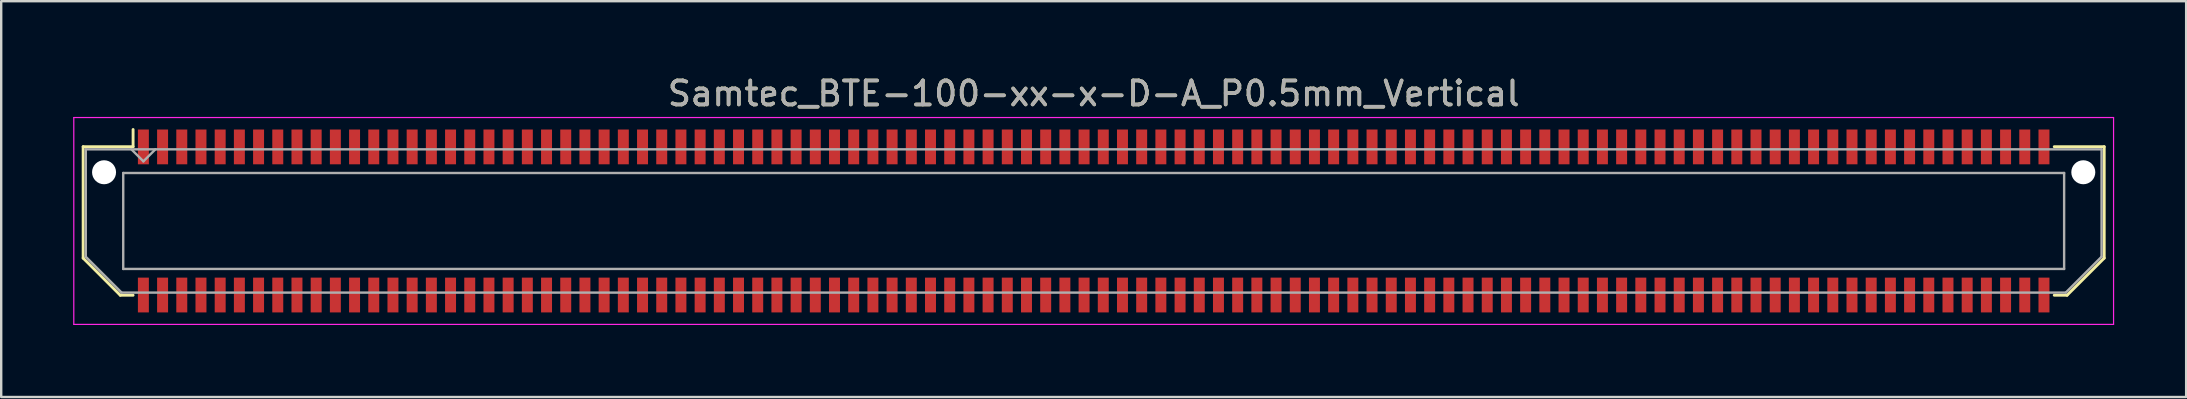
<source format=kicad_pcb>
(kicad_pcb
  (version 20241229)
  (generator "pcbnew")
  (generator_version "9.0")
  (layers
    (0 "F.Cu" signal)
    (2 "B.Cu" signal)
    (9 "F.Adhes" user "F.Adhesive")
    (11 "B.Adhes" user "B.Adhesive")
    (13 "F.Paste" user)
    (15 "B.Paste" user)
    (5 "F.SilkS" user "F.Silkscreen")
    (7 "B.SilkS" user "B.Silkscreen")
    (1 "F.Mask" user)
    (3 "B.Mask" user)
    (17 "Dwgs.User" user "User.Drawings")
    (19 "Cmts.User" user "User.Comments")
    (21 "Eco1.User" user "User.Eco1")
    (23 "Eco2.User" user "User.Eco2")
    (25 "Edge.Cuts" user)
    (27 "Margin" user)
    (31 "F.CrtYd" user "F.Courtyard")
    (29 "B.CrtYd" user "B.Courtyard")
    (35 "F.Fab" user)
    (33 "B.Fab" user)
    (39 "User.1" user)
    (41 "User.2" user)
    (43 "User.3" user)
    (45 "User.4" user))
  (footprint "Samtec_BTE-100-xx-x-D-A_P0.5mm_Vertical"
    (layer "F.Cu")
    (at 42.525 6.158)
    (property "Reference" "Samtec_BTE-100-xx-x-D-A_P0.5mm_Vertical" (at 0 -5.31 0) (layer "F.SilkS") (effects (font (size 1 1) (thickness 0.15))))
    (attr smd)
    (fp_line (start -42.11 -3.095) (end -42.11 1.548) (stroke (width 0.12) (type solid)) (layer "F.SilkS"))
    (fp_line (start -42.11 1.548) (end -40.562 3.095) (stroke (width 0.12) (type solid)) (layer "F.SilkS"))
    (fp_line (start -40.562 3.095) (end -40.029 3.095) (stroke (width 0.12) (type solid)) (layer "F.SilkS"))
    (fp_line (start -40.029 -3.811) (end -40.029 -3.095) (stroke (width 0.12) (type solid)) (layer "F.SilkS"))
    (fp_line (start -40.029 -3.095) (end -42.11 -3.095) (stroke (width 0.12) (type solid)) (layer "F.SilkS"))
    (fp_line (start 40.029 -3.095) (end 42.11 -3.095) (stroke (width 0.12) (type solid)) (layer "F.SilkS"))
    (fp_line (start 40.562 3.095) (end 40.029 3.095) (stroke (width 0.12) (type solid)) (layer "F.SilkS"))
    (fp_line (start 42.11 -3.095) (end 42.11 1.548) (stroke (width 0.12) (type solid)) (layer "F.SilkS"))
    (fp_line (start 42.11 1.548) (end 40.562 3.095) (stroke (width 0.12) (type solid)) (layer "F.SilkS"))
    (fp_line (start -42.5 -4.31) (end -42.5 4.31) (stroke (width 0.05) (type solid)) (layer "F.CrtYd"))
    (fp_line (start -42.5 4.31) (end 42.5 4.31) (stroke (width 0.05) (type solid)) (layer "F.CrtYd"))
    (fp_line (start 42.5 -4.31) (end -42.5 -4.31) (stroke (width 0.05) (type solid)) (layer "F.CrtYd"))
    (fp_line (start 42.5 4.31) (end 42.5 -4.31) (stroke (width 0.05) (type solid)) (layer "F.CrtYd"))
    (fp_line (start -42 -2.985) (end -42 1.492) (stroke (width 0.1) (type solid)) (layer "F.Fab"))
    (fp_line (start -42 -2.985) (end 42 -2.985) (stroke (width 0.1) (type solid)) (layer "F.Fab"))
    (fp_line (start -42 1.492) (end -40.508 2.985) (stroke (width 0.1) (type solid)) (layer "F.Fab"))
    (fp_line (start -40.508 2.985) (end 40.508 2.985) (stroke (width 0.1) (type solid)) (layer "F.Fab"))
    (fp_line (start -40.44 -2) (end -40.44 2) (stroke (width 0.1) (type solid)) (layer "F.Fab"))
    (fp_line (start -40.44 2) (end 40.44 2) (stroke (width 0.1) (type solid)) (layer "F.Fab"))
    (fp_line (start -39.6 -2.485) (end -40.1 -2.985) (stroke (width 0.1) (type solid)) (layer "F.Fab"))
    (fp_line (start -39.1 -2.985) (end -39.6 -2.485) (stroke (width 0.1) (type solid)) (layer "F.Fab"))
    (fp_line (start 40.44 -2) (end -40.44 -2) (stroke (width 0.1) (type solid)) (layer "F.Fab"))
    (fp_line (start 40.44 2) (end 40.44 -2) (stroke (width 0.1) (type solid)) (layer "F.Fab"))
    (fp_line (start 42 -2.985) (end 42 1.492) (stroke (width 0.1) (type solid)) (layer "F.Fab"))
    (fp_line (start 42 1.492) (end 40.508 2.985) (stroke (width 0.1) (type solid)) (layer "F.Fab"))
    (fp_text user "${REFERENCE}" (at 0 -5.31 0) (layer "F.Fab") (effects (font (size 1 1) (thickness 0.15))))
    (pad "" np_thru_hole circle (at -41.239 -2.03) (size 1 1) (drill 1) (layers "*.Cu" "*.Mask"))
    (pad "" np_thru_hole circle (at 41.239 -2.03) (size 1 1) (drill 1) (layers "*.Cu" "*.Mask"))
    (pad "1" smd rect (at -39.6 -3.086) (size 0.457 1.45) (layers "F.Cu" "F.Mask" "F.Paste"))
    (pad "2" smd rect (at -39.6 3.086) (size 0.457 1.45) (layers "F.Cu" "F.Mask" "F.Paste"))
    (pad "3" smd rect (at -38.8 -3.086) (size 0.457 1.45) (layers "F.Cu" "F.Mask" "F.Paste"))
    (pad "4" smd rect (at -38.8 3.086) (size 0.457 1.45) (layers "F.Cu" "F.Mask" "F.Paste"))
    (pad "5" smd rect (at -38 -3.086) (size 0.457 1.45) (layers "F.Cu" "F.Mask" "F.Paste"))
    (pad "6" smd rect (at -38 3.086) (size 0.457 1.45) (layers "F.Cu" "F.Mask" "F.Paste"))
    (pad "7" smd rect (at -37.2 -3.086) (size 0.457 1.45) (layers "F.Cu" "F.Mask" "F.Paste"))
    (pad "8" smd rect (at -37.2 3.086) (size 0.457 1.45) (layers "F.Cu" "F.Mask" "F.Paste"))
    (pad "9" smd rect (at -36.4 -3.086) (size 0.457 1.45) (layers "F.Cu" "F.Mask" "F.Paste"))
    (pad "10" smd rect (at -36.4 3.086) (size 0.457 1.45) (layers "F.Cu" "F.Mask" "F.Paste"))
    (pad "11" smd rect (at -35.6 -3.086) (size 0.457 1.45) (layers "F.Cu" "F.Mask" "F.Paste"))
    (pad "12" smd rect (at -35.6 3.086) (size 0.457 1.45) (layers "F.Cu" "F.Mask" "F.Paste"))
    (pad "13" smd rect (at -34.8 -3.086) (size 0.457 1.45) (layers "F.Cu" "F.Mask" "F.Paste"))
    (pad "14" smd rect (at -34.8 3.086) (size 0.457 1.45) (layers "F.Cu" "F.Mask" "F.Paste"))
    (pad "15" smd rect (at -34 -3.086) (size 0.457 1.45) (layers "F.Cu" "F.Mask" "F.Paste"))
    (pad "16" smd rect (at -34 3.086) (size 0.457 1.45) (layers "F.Cu" "F.Mask" "F.Paste"))
    (pad "17" smd rect (at -33.2 -3.086) (size 0.457 1.45) (layers "F.Cu" "F.Mask" "F.Paste"))
    (pad "18" smd rect (at -33.2 3.086) (size 0.457 1.45) (layers "F.Cu" "F.Mask" "F.Paste"))
    (pad "19" smd rect (at -32.4 -3.086) (size 0.457 1.45) (layers "F.Cu" "F.Mask" "F.Paste"))
    (pad "20" smd rect (at -32.4 3.086) (size 0.457 1.45) (layers "F.Cu" "F.Mask" "F.Paste"))
    (pad "21" smd rect (at -31.6 -3.086) (size 0.457 1.45) (layers "F.Cu" "F.Mask" "F.Paste"))
    (pad "22" smd rect (at -31.6 3.086) (size 0.457 1.45) (layers "F.Cu" "F.Mask" "F.Paste"))
    (pad "23" smd rect (at -30.8 -3.086) (size 0.457 1.45) (layers "F.Cu" "F.Mask" "F.Paste"))
    (pad "24" smd rect (at -30.8 3.086) (size 0.457 1.45) (layers "F.Cu" "F.Mask" "F.Paste"))
    (pad "25" smd rect (at -30 -3.086) (size 0.457 1.45) (layers "F.Cu" "F.Mask" "F.Paste"))
    (pad "26" smd rect (at -30 3.086) (size 0.457 1.45) (layers "F.Cu" "F.Mask" "F.Paste"))
    (pad "27" smd rect (at -29.2 -3.086) (size 0.457 1.45) (layers "F.Cu" "F.Mask" "F.Paste"))
    (pad "28" smd rect (at -29.2 3.086) (size 0.457 1.45) (layers "F.Cu" "F.Mask" "F.Paste"))
    (pad "29" smd rect (at -28.4 -3.086) (size 0.457 1.45) (layers "F.Cu" "F.Mask" "F.Paste"))
    (pad "30" smd rect (at -28.4 3.086) (size 0.457 1.45) (layers "F.Cu" "F.Mask" "F.Paste"))
    (pad "31" smd rect (at -27.6 -3.086) (size 0.457 1.45) (layers "F.Cu" "F.Mask" "F.Paste"))
    (pad "32" smd rect (at -27.6 3.086) (size 0.457 1.45) (layers "F.Cu" "F.Mask" "F.Paste"))
    (pad "33" smd rect (at -26.8 -3.086) (size 0.457 1.45) (layers "F.Cu" "F.Mask" "F.Paste"))
    (pad "34" smd rect (at -26.8 3.086) (size 0.457 1.45) (layers "F.Cu" "F.Mask" "F.Paste"))
    (pad "35" smd rect (at -26 -3.086) (size 0.457 1.45) (layers "F.Cu" "F.Mask" "F.Paste"))
    (pad "36" smd rect (at -26 3.086) (size 0.457 1.45) (layers "F.Cu" "F.Mask" "F.Paste"))
    (pad "37" smd rect (at -25.2 -3.086) (size 0.457 1.45) (layers "F.Cu" "F.Mask" "F.Paste"))
    (pad "38" smd rect (at -25.2 3.086) (size 0.457 1.45) (layers "F.Cu" "F.Mask" "F.Paste"))
    (pad "39" smd rect (at -24.4 -3.086) (size 0.457 1.45) (layers "F.Cu" "F.Mask" "F.Paste"))
    (pad "40" smd rect (at -24.4 3.086) (size 0.457 1.45) (layers "F.Cu" "F.Mask" "F.Paste"))
    (pad "41" smd rect (at -23.6 -3.086) (size 0.457 1.45) (layers "F.Cu" "F.Mask" "F.Paste"))
    (pad "42" smd rect (at -23.6 3.086) (size 0.457 1.45) (layers "F.Cu" "F.Mask" "F.Paste"))
    (pad "43" smd rect (at -22.8 -3.086) (size 0.457 1.45) (layers "F.Cu" "F.Mask" "F.Paste"))
    (pad "44" smd rect (at -22.8 3.086) (size 0.457 1.45) (layers "F.Cu" "F.Mask" "F.Paste"))
    (pad "45" smd rect (at -22 -3.086) (size 0.457 1.45) (layers "F.Cu" "F.Mask" "F.Paste"))
    (pad "46" smd rect (at -22 3.086) (size 0.457 1.45) (layers "F.Cu" "F.Mask" "F.Paste"))
    (pad "47" smd rect (at -21.2 -3.086) (size 0.457 1.45) (layers "F.Cu" "F.Mask" "F.Paste"))
    (pad "48" smd rect (at -21.2 3.086) (size 0.457 1.45) (layers "F.Cu" "F.Mask" "F.Paste"))
    (pad "49" smd rect (at -20.4 -3.086) (size 0.457 1.45) (layers "F.Cu" "F.Mask" "F.Paste"))
    (pad "50" smd rect (at -20.4 3.086) (size 0.457 1.45) (layers "F.Cu" "F.Mask" "F.Paste"))
    (pad "51" smd rect (at -19.6 -3.086) (size 0.457 1.45) (layers "F.Cu" "F.Mask" "F.Paste"))
    (pad "52" smd rect (at -19.6 3.086) (size 0.457 1.45) (layers "F.Cu" "F.Mask" "F.Paste"))
    (pad "53" smd rect (at -18.8 -3.086) (size 0.457 1.45) (layers "F.Cu" "F.Mask" "F.Paste"))
    (pad "54" smd rect (at -18.8 3.086) (size 0.457 1.45) (layers "F.Cu" "F.Mask" "F.Paste"))
    (pad "55" smd rect (at -18 -3.086) (size 0.457 1.45) (layers "F.Cu" "F.Mask" "F.Paste"))
    (pad "56" smd rect (at -18 3.086) (size 0.457 1.45) (layers "F.Cu" "F.Mask" "F.Paste"))
    (pad "57" smd rect (at -17.2 -3.086) (size 0.457 1.45) (layers "F.Cu" "F.Mask" "F.Paste"))
    (pad "58" smd rect (at -17.2 3.086) (size 0.457 1.45) (layers "F.Cu" "F.Mask" "F.Paste"))
    (pad "59" smd rect (at -16.4 -3.086) (size 0.457 1.45) (layers "F.Cu" "F.Mask" "F.Paste"))
    (pad "60" smd rect (at -16.4 3.086) (size 0.457 1.45) (layers "F.Cu" "F.Mask" "F.Paste"))
    (pad "61" smd rect (at -15.6 -3.086) (size 0.457 1.45) (layers "F.Cu" "F.Mask" "F.Paste"))
    (pad "62" smd rect (at -15.6 3.086) (size 0.457 1.45) (layers "F.Cu" "F.Mask" "F.Paste"))
    (pad "63" smd rect (at -14.8 -3.086) (size 0.457 1.45) (layers "F.Cu" "F.Mask" "F.Paste"))
    (pad "64" smd rect (at -14.8 3.086) (size 0.457 1.45) (layers "F.Cu" "F.Mask" "F.Paste"))
    (pad "65" smd rect (at -14 -3.086) (size 0.457 1.45) (layers "F.Cu" "F.Mask" "F.Paste"))
    (pad "66" smd rect (at -14 3.086) (size 0.457 1.45) (layers "F.Cu" "F.Mask" "F.Paste"))
    (pad "67" smd rect (at -13.2 -3.086) (size 0.457 1.45) (layers "F.Cu" "F.Mask" "F.Paste"))
    (pad "68" smd rect (at -13.2 3.086) (size 0.457 1.45) (layers "F.Cu" "F.Mask" "F.Paste"))
    (pad "69" smd rect (at -12.4 -3.086) (size 0.457 1.45) (layers "F.Cu" "F.Mask" "F.Paste"))
    (pad "70" smd rect (at -12.4 3.086) (size 0.457 1.45) (layers "F.Cu" "F.Mask" "F.Paste"))
    (pad "71" smd rect (at -11.6 -3.086) (size 0.457 1.45) (layers "F.Cu" "F.Mask" "F.Paste"))
    (pad "72" smd rect (at -11.6 3.086) (size 0.457 1.45) (layers "F.Cu" "F.Mask" "F.Paste"))
    (pad "73" smd rect (at -10.8 -3.086) (size 0.457 1.45) (layers "F.Cu" "F.Mask" "F.Paste"))
    (pad "74" smd rect (at -10.8 3.086) (size 0.457 1.45) (layers "F.Cu" "F.Mask" "F.Paste"))
    (pad "75" smd rect (at -10 -3.086) (size 0.457 1.45) (layers "F.Cu" "F.Mask" "F.Paste"))
    (pad "76" smd rect (at -10 3.086) (size 0.457 1.45) (layers "F.Cu" "F.Mask" "F.Paste"))
    (pad "77" smd rect (at -9.2 -3.086) (size 0.457 1.45) (layers "F.Cu" "F.Mask" "F.Paste"))
    (pad "78" smd rect (at -9.2 3.086) (size 0.457 1.45) (layers "F.Cu" "F.Mask" "F.Paste"))
    (pad "79" smd rect (at -8.4 -3.086) (size 0.457 1.45) (layers "F.Cu" "F.Mask" "F.Paste"))
    (pad "80" smd rect (at -8.4 3.086) (size 0.457 1.45) (layers "F.Cu" "F.Mask" "F.Paste"))
    (pad "81" smd rect (at -7.6 -3.086) (size 0.457 1.45) (layers "F.Cu" "F.Mask" "F.Paste"))
    (pad "82" smd rect (at -7.6 3.086) (size 0.457 1.45) (layers "F.Cu" "F.Mask" "F.Paste"))
    (pad "83" smd rect (at -6.8 -3.086) (size 0.457 1.45) (layers "F.Cu" "F.Mask" "F.Paste"))
    (pad "84" smd rect (at -6.8 3.086) (size 0.457 1.45) (layers "F.Cu" "F.Mask" "F.Paste"))
    (pad "85" smd rect (at -6 -3.086) (size 0.457 1.45) (layers "F.Cu" "F.Mask" "F.Paste"))
    (pad "86" smd rect (at -6 3.086) (size 0.457 1.45) (layers "F.Cu" "F.Mask" "F.Paste"))
    (pad "87" smd rect (at -5.2 -3.086) (size 0.457 1.45) (layers "F.Cu" "F.Mask" "F.Paste"))
    (pad "88" smd rect (at -5.2 3.086) (size 0.457 1.45) (layers "F.Cu" "F.Mask" "F.Paste"))
    (pad "89" smd rect (at -4.4 -3.086) (size 0.457 1.45) (layers "F.Cu" "F.Mask" "F.Paste"))
    (pad "90" smd rect (at -4.4 3.086) (size 0.457 1.45) (layers "F.Cu" "F.Mask" "F.Paste"))
    (pad "91" smd rect (at -3.6 -3.086) (size 0.457 1.45) (layers "F.Cu" "F.Mask" "F.Paste"))
    (pad "92" smd rect (at -3.6 3.086) (size 0.457 1.45) (layers "F.Cu" "F.Mask" "F.Paste"))
    (pad "93" smd rect (at -2.8 -3.086) (size 0.457 1.45) (layers "F.Cu" "F.Mask" "F.Paste"))
    (pad "94" smd rect (at -2.8 3.086) (size 0.457 1.45) (layers "F.Cu" "F.Mask" "F.Paste"))
    (pad "95" smd rect (at -2 -3.086) (size 0.457 1.45) (layers "F.Cu" "F.Mask" "F.Paste"))
    (pad "96" smd rect (at -2 3.086) (size 0.457 1.45) (layers "F.Cu" "F.Mask" "F.Paste"))
    (pad "97" smd rect (at -1.2 -3.086) (size 0.457 1.45) (layers "F.Cu" "F.Mask" "F.Paste"))
    (pad "98" smd rect (at -1.2 3.086) (size 0.457 1.45) (layers "F.Cu" "F.Mask" "F.Paste"))
    (pad "99" smd rect (at -0.4 -3.086) (size 0.457 1.45) (layers "F.Cu" "F.Mask" "F.Paste"))
    (pad "100" smd rect (at -0.4 3.086) (size 0.457 1.45) (layers "F.Cu" "F.Mask" "F.Paste"))
    (pad "101" smd rect (at 0.4 -3.086) (size 0.457 1.45) (layers "F.Cu" "F.Mask" "F.Paste"))
    (pad "102" smd rect (at 0.4 3.086) (size 0.457 1.45) (layers "F.Cu" "F.Mask" "F.Paste"))
    (pad "103" smd rect (at 1.2 -3.086) (size 0.457 1.45) (layers "F.Cu" "F.Mask" "F.Paste"))
    (pad "104" smd rect (at 1.2 3.086) (size 0.457 1.45) (layers "F.Cu" "F.Mask" "F.Paste"))
    (pad "105" smd rect (at 2 -3.086) (size 0.457 1.45) (layers "F.Cu" "F.Mask" "F.Paste"))
    (pad "106" smd rect (at 2 3.086) (size 0.457 1.45) (layers "F.Cu" "F.Mask" "F.Paste"))
    (pad "107" smd rect (at 2.8 -3.086) (size 0.457 1.45) (layers "F.Cu" "F.Mask" "F.Paste"))
    (pad "108" smd rect (at 2.8 3.086) (size 0.457 1.45) (layers "F.Cu" "F.Mask" "F.Paste"))
    (pad "109" smd rect (at 3.6 -3.086) (size 0.457 1.45) (layers "F.Cu" "F.Mask" "F.Paste"))
    (pad "110" smd rect (at 3.6 3.086) (size 0.457 1.45) (layers "F.Cu" "F.Mask" "F.Paste"))
    (pad "111" smd rect (at 4.4 -3.086) (size 0.457 1.45) (layers "F.Cu" "F.Mask" "F.Paste"))
    (pad "112" smd rect (at 4.4 3.086) (size 0.457 1.45) (layers "F.Cu" "F.Mask" "F.Paste"))
    (pad "113" smd rect (at 5.2 -3.086) (size 0.457 1.45) (layers "F.Cu" "F.Mask" "F.Paste"))
    (pad "114" smd rect (at 5.2 3.086) (size 0.457 1.45) (layers "F.Cu" "F.Mask" "F.Paste"))
    (pad "115" smd rect (at 6 -3.086) (size 0.457 1.45) (layers "F.Cu" "F.Mask" "F.Paste"))
    (pad "116" smd rect (at 6 3.086) (size 0.457 1.45) (layers "F.Cu" "F.Mask" "F.Paste"))
    (pad "117" smd rect (at 6.8 -3.086) (size 0.457 1.45) (layers "F.Cu" "F.Mask" "F.Paste"))
    (pad "118" smd rect (at 6.8 3.086) (size 0.457 1.45) (layers "F.Cu" "F.Mask" "F.Paste"))
    (pad "119" smd rect (at 7.6 -3.086) (size 0.457 1.45) (layers "F.Cu" "F.Mask" "F.Paste"))
    (pad "120" smd rect (at 7.6 3.086) (size 0.457 1.45) (layers "F.Cu" "F.Mask" "F.Paste"))
    (pad "121" smd rect (at 8.4 -3.086) (size 0.457 1.45) (layers "F.Cu" "F.Mask" "F.Paste"))
    (pad "122" smd rect (at 8.4 3.086) (size 0.457 1.45) (layers "F.Cu" "F.Mask" "F.Paste"))
    (pad "123" smd rect (at 9.2 -3.086) (size 0.457 1.45) (layers "F.Cu" "F.Mask" "F.Paste"))
    (pad "124" smd rect (at 9.2 3.086) (size 0.457 1.45) (layers "F.Cu" "F.Mask" "F.Paste"))
    (pad "125" smd rect (at 10 -3.086) (size 0.457 1.45) (layers "F.Cu" "F.Mask" "F.Paste"))
    (pad "126" smd rect (at 10 3.086) (size 0.457 1.45) (layers "F.Cu" "F.Mask" "F.Paste"))
    (pad "127" smd rect (at 10.8 -3.086) (size 0.457 1.45) (layers "F.Cu" "F.Mask" "F.Paste"))
    (pad "128" smd rect (at 10.8 3.086) (size 0.457 1.45) (layers "F.Cu" "F.Mask" "F.Paste"))
    (pad "129" smd rect (at 11.6 -3.086) (size 0.457 1.45) (layers "F.Cu" "F.Mask" "F.Paste"))
    (pad "130" smd rect (at 11.6 3.086) (size 0.457 1.45) (layers "F.Cu" "F.Mask" "F.Paste"))
    (pad "131" smd rect (at 12.4 -3.086) (size 0.457 1.45) (layers "F.Cu" "F.Mask" "F.Paste"))
    (pad "132" smd rect (at 12.4 3.086) (size 0.457 1.45) (layers "F.Cu" "F.Mask" "F.Paste"))
    (pad "133" smd rect (at 13.2 -3.086) (size 0.457 1.45) (layers "F.Cu" "F.Mask" "F.Paste"))
    (pad "134" smd rect (at 13.2 3.086) (size 0.457 1.45) (layers "F.Cu" "F.Mask" "F.Paste"))
    (pad "135" smd rect (at 14 -3.086) (size 0.457 1.45) (layers "F.Cu" "F.Mask" "F.Paste"))
    (pad "136" smd rect (at 14 3.086) (size 0.457 1.45) (layers "F.Cu" "F.Mask" "F.Paste"))
    (pad "137" smd rect (at 14.8 -3.086) (size 0.457 1.45) (layers "F.Cu" "F.Mask" "F.Paste"))
    (pad "138" smd rect (at 14.8 3.086) (size 0.457 1.45) (layers "F.Cu" "F.Mask" "F.Paste"))
    (pad "139" smd rect (at 15.6 -3.086) (size 0.457 1.45) (layers "F.Cu" "F.Mask" "F.Paste"))
    (pad "140" smd rect (at 15.6 3.086) (size 0.457 1.45) (layers "F.Cu" "F.Mask" "F.Paste"))
    (pad "141" smd rect (at 16.4 -3.086) (size 0.457 1.45) (layers "F.Cu" "F.Mask" "F.Paste"))
    (pad "142" smd rect (at 16.4 3.086) (size 0.457 1.45) (layers "F.Cu" "F.Mask" "F.Paste"))
    (pad "143" smd rect (at 17.2 -3.086) (size 0.457 1.45) (layers "F.Cu" "F.Mask" "F.Paste"))
    (pad "144" smd rect (at 17.2 3.086) (size 0.457 1.45) (layers "F.Cu" "F.Mask" "F.Paste"))
    (pad "145" smd rect (at 18 -3.086) (size 0.457 1.45) (layers "F.Cu" "F.Mask" "F.Paste"))
    (pad "146" smd rect (at 18 3.086) (size 0.457 1.45) (layers "F.Cu" "F.Mask" "F.Paste"))
    (pad "147" smd rect (at 18.8 -3.086) (size 0.457 1.45) (layers "F.Cu" "F.Mask" "F.Paste"))
    (pad "148" smd rect (at 18.8 3.086) (size 0.457 1.45) (layers "F.Cu" "F.Mask" "F.Paste"))
    (pad "149" smd rect (at 19.6 -3.086) (size 0.457 1.45) (layers "F.Cu" "F.Mask" "F.Paste"))
    (pad "150" smd rect (at 19.6 3.086) (size 0.457 1.45) (layers "F.Cu" "F.Mask" "F.Paste"))
    (pad "151" smd rect (at 20.4 -3.086) (size 0.457 1.45) (layers "F.Cu" "F.Mask" "F.Paste"))
    (pad "152" smd rect (at 20.4 3.086) (size 0.457 1.45) (layers "F.Cu" "F.Mask" "F.Paste"))
    (pad "153" smd rect (at 21.2 -3.086) (size 0.457 1.45) (layers "F.Cu" "F.Mask" "F.Paste"))
    (pad "154" smd rect (at 21.2 3.086) (size 0.457 1.45) (layers "F.Cu" "F.Mask" "F.Paste"))
    (pad "155" smd rect (at 22 -3.086) (size 0.457 1.45) (layers "F.Cu" "F.Mask" "F.Paste"))
    (pad "156" smd rect (at 22 3.086) (size 0.457 1.45) (layers "F.Cu" "F.Mask" "F.Paste"))
    (pad "157" smd rect (at 22.8 -3.086) (size 0.457 1.45) (layers "F.Cu" "F.Mask" "F.Paste"))
    (pad "158" smd rect (at 22.8 3.086) (size 0.457 1.45) (layers "F.Cu" "F.Mask" "F.Paste"))
    (pad "159" smd rect (at 23.6 -3.086) (size 0.457 1.45) (layers "F.Cu" "F.Mask" "F.Paste"))
    (pad "160" smd rect (at 23.6 3.086) (size 0.457 1.45) (layers "F.Cu" "F.Mask" "F.Paste"))
    (pad "161" smd rect (at 24.4 -3.086) (size 0.457 1.45) (layers "F.Cu" "F.Mask" "F.Paste"))
    (pad "162" smd rect (at 24.4 3.086) (size 0.457 1.45) (layers "F.Cu" "F.Mask" "F.Paste"))
    (pad "163" smd rect (at 25.2 -3.086) (size 0.457 1.45) (layers "F.Cu" "F.Mask" "F.Paste"))
    (pad "164" smd rect (at 25.2 3.086) (size 0.457 1.45) (layers "F.Cu" "F.Mask" "F.Paste"))
    (pad "165" smd rect (at 26 -3.086) (size 0.457 1.45) (layers "F.Cu" "F.Mask" "F.Paste"))
    (pad "166" smd rect (at 26 3.086) (size 0.457 1.45) (layers "F.Cu" "F.Mask" "F.Paste"))
    (pad "167" smd rect (at 26.8 -3.086) (size 0.457 1.45) (layers "F.Cu" "F.Mask" "F.Paste"))
    (pad "168" smd rect (at 26.8 3.086) (size 0.457 1.45) (layers "F.Cu" "F.Mask" "F.Paste"))
    (pad "169" smd rect (at 27.6 -3.086) (size 0.457 1.45) (layers "F.Cu" "F.Mask" "F.Paste"))
    (pad "170" smd rect (at 27.6 3.086) (size 0.457 1.45) (layers "F.Cu" "F.Mask" "F.Paste"))
    (pad "171" smd rect (at 28.4 -3.086) (size 0.457 1.45) (layers "F.Cu" "F.Mask" "F.Paste"))
    (pad "172" smd rect (at 28.4 3.086) (size 0.457 1.45) (layers "F.Cu" "F.Mask" "F.Paste"))
    (pad "173" smd rect (at 29.2 -3.086) (size 0.457 1.45) (layers "F.Cu" "F.Mask" "F.Paste"))
    (pad "174" smd rect (at 29.2 3.086) (size 0.457 1.45) (layers "F.Cu" "F.Mask" "F.Paste"))
    (pad "175" smd rect (at 30 -3.086) (size 0.457 1.45) (layers "F.Cu" "F.Mask" "F.Paste"))
    (pad "176" smd rect (at 30 3.086) (size 0.457 1.45) (layers "F.Cu" "F.Mask" "F.Paste"))
    (pad "177" smd rect (at 30.8 -3.086) (size 0.457 1.45) (layers "F.Cu" "F.Mask" "F.Paste"))
    (pad "178" smd rect (at 30.8 3.086) (size 0.457 1.45) (layers "F.Cu" "F.Mask" "F.Paste"))
    (pad "179" smd rect (at 31.6 -3.086) (size 0.457 1.45) (layers "F.Cu" "F.Mask" "F.Paste"))
    (pad "180" smd rect (at 31.6 3.086) (size 0.457 1.45) (layers "F.Cu" "F.Mask" "F.Paste"))
    (pad "181" smd rect (at 32.4 -3.086) (size 0.457 1.45) (layers "F.Cu" "F.Mask" "F.Paste"))
    (pad "182" smd rect (at 32.4 3.086) (size 0.457 1.45) (layers "F.Cu" "F.Mask" "F.Paste"))
    (pad "183" smd rect (at 33.2 -3.086) (size 0.457 1.45) (layers "F.Cu" "F.Mask" "F.Paste"))
    (pad "184" smd rect (at 33.2 3.086) (size 0.457 1.45) (layers "F.Cu" "F.Mask" "F.Paste"))
    (pad "185" smd rect (at 34 -3.086) (size 0.457 1.45) (layers "F.Cu" "F.Mask" "F.Paste"))
    (pad "186" smd rect (at 34 3.086) (size 0.457 1.45) (layers "F.Cu" "F.Mask" "F.Paste"))
    (pad "187" smd rect (at 34.8 -3.086) (size 0.457 1.45) (layers "F.Cu" "F.Mask" "F.Paste"))
    (pad "188" smd rect (at 34.8 3.086) (size 0.457 1.45) (layers "F.Cu" "F.Mask" "F.Paste"))
    (pad "189" smd rect (at 35.6 -3.086) (size 0.457 1.45) (layers "F.Cu" "F.Mask" "F.Paste"))
    (pad "190" smd rect (at 35.6 3.086) (size 0.457 1.45) (layers "F.Cu" "F.Mask" "F.Paste"))
    (pad "191" smd rect (at 36.4 -3.086) (size 0.457 1.45) (layers "F.Cu" "F.Mask" "F.Paste"))
    (pad "192" smd rect (at 36.4 3.086) (size 0.457 1.45) (layers "F.Cu" "F.Mask" "F.Paste"))
    (pad "193" smd rect (at 37.2 -3.086) (size 0.457 1.45) (layers "F.Cu" "F.Mask" "F.Paste"))
    (pad "194" smd rect (at 37.2 3.086) (size 0.457 1.45) (layers "F.Cu" "F.Mask" "F.Paste"))
    (pad "195" smd rect (at 38 -3.086) (size 0.457 1.45) (layers "F.Cu" "F.Mask" "F.Paste"))
    (pad "196" smd rect (at 38 3.086) (size 0.457 1.45) (layers "F.Cu" "F.Mask" "F.Paste"))
    (pad "197" smd rect (at 38.8 -3.086) (size 0.457 1.45) (layers "F.Cu" "F.Mask" "F.Paste"))
    (pad "198" smd rect (at 38.8 3.086) (size 0.457 1.45) (layers "F.Cu" "F.Mask" "F.Paste"))
    (pad "199" smd rect (at 39.6 -3.086) (size 0.457 1.45) (layers "F.Cu" "F.Mask" "F.Paste"))
    (pad "200" smd rect (at 39.6 3.086) (size 0.457 1.45) (layers "F.Cu" "F.Mask" "F.Paste")))
  (gr_rect
    (start -3 -3)
    (end 88.05 13.493)
    (stroke (width 0.1) (type default))
    (fill no)
    (layer "Edge.Cuts")))
</source>
